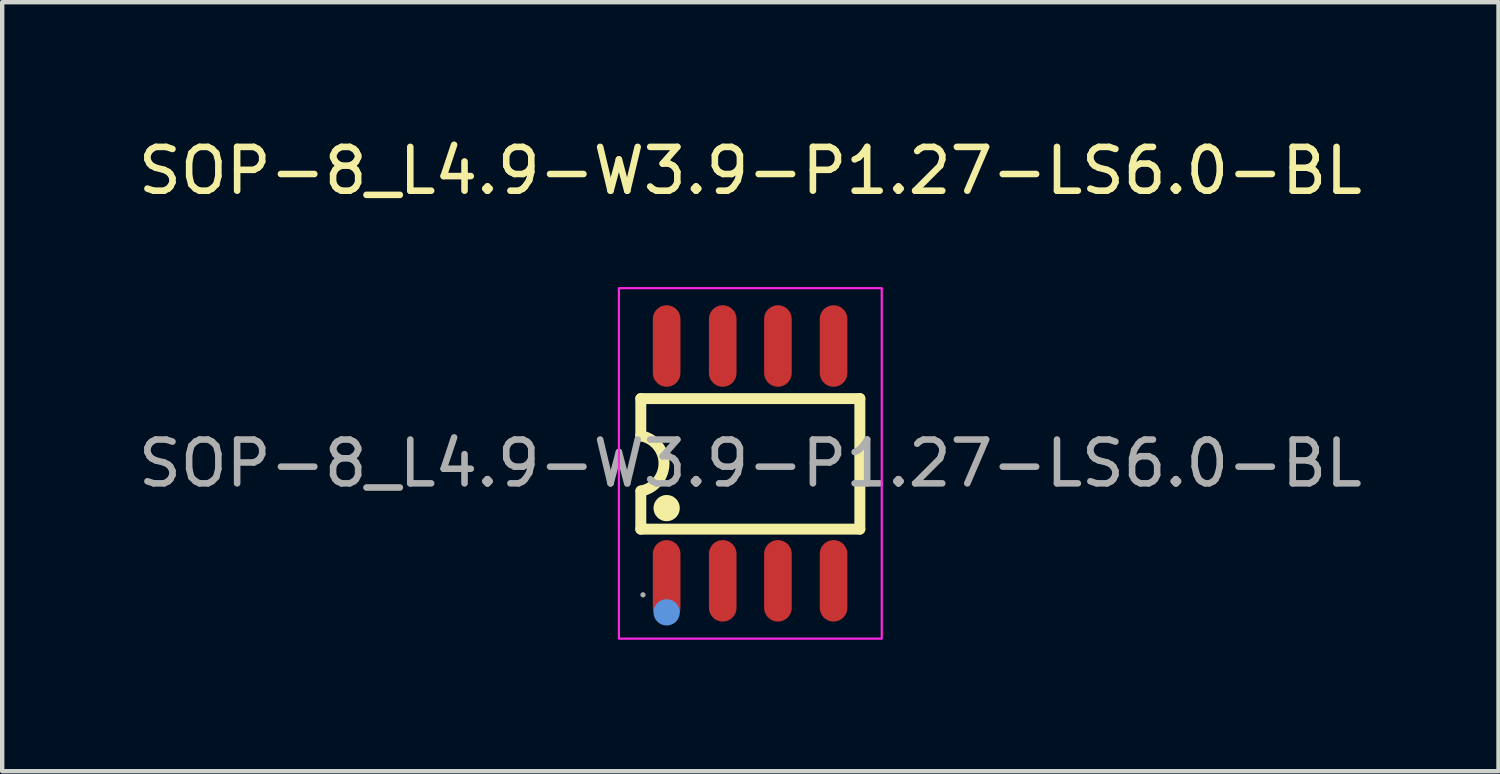
<source format=kicad_pcb>
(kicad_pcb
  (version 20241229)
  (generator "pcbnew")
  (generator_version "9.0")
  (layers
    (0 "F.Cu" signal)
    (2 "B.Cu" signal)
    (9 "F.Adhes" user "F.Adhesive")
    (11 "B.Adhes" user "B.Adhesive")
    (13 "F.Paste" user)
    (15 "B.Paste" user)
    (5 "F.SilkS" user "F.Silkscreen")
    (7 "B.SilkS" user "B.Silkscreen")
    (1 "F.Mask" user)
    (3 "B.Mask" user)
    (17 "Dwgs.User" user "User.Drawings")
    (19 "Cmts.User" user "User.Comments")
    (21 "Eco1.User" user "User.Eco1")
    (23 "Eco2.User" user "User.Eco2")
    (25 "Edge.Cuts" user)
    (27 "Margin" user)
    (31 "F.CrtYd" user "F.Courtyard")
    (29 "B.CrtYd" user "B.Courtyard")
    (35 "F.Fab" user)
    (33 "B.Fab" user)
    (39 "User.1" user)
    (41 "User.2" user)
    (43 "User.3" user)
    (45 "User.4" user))
  (footprint "SOP-8_L4.9-W3.9-P1.27-LS6.0-BL"
    (layer "F.Cu")
    (at 14.077 7.528)
    (property "Reference" "SOP-8_L4.9-W3.9-P1.27-LS6.0-BL" (at 0 -6.68 0) (layer "F.SilkS") (effects (font (size 1 1) (thickness 0.15))))
    (attr smd)
    (fp_line (start -2.5 -1.48) (end 2.5 -1.48) (stroke (width 0.25) (type solid)) (layer "F.SilkS"))
    (fp_line (start -2.5 -0.63) (end -2.5 -1.48) (stroke (width 0.25) (type solid)) (layer "F.SilkS"))
    (fp_line (start -2.5 0.63) (end -2.5 1.5) (stroke (width 0.25) (type solid)) (layer "F.SilkS"))
    (fp_line (start -2.5 1.5) (end 2.5 1.5) (stroke (width 0.25) (type solid)) (layer "F.SilkS"))
    (fp_line (start 2.5 1.5) (end 2.5 -1.48) (stroke (width 0.25) (type solid)) (layer "F.SilkS"))
    (fp_arc (start -2.5 -0.63) (mid -1.970474 -0.002632) (end -2.494818 0.629073) (stroke (width 0.25) (type solid)) (layer "F.SilkS"))
    (fp_circle (center -1.91 1.02) (end -1.76 1.02) (stroke (width 0.3) (type solid)) (fill no) (layer "F.SilkS"))
    (fp_circle (center -1.91 3.4) (end -1.76 3.4) (stroke (width 0.3) (type solid)) (fill no) (layer "Cmts.User"))
    (fp_rect (start -3 -4) (end 3 4) (stroke (width 0.05) (type default)) (fill no) (layer "F.CrtYd"))
    (fp_circle (center -2.45 3) (end -2.42 3) (stroke (width 0.06) (type solid)) (fill no) (layer "F.Fab"))
    (fp_text user "${REFERENCE}" (at 0 0 0) (layer "F.Fab") (effects (font (size 1 1) (thickness 0.15))))
    (pad "1" smd oval (at -1.91 2.68) (size 0.63 1.86) (layers "F.Cu" "F.Mask" "F.Paste"))
    (pad "2" smd oval (at -0.63 2.68) (size 0.63 1.86) (layers "F.Cu" "F.Mask" "F.Paste"))
    (pad "3" smd oval (at 0.63 2.68) (size 0.63 1.86) (layers "F.Cu" "F.Mask" "F.Paste"))
    (pad "4" smd oval (at 1.9 2.68) (size 0.63 1.86) (layers "F.Cu" "F.Mask" "F.Paste"))
    (pad "5" smd oval (at 1.9 -2.68) (size 0.63 1.86) (layers "F.Cu" "F.Mask" "F.Paste"))
    (pad "6" smd oval (at 0.63 -2.68) (size 0.63 1.86) (layers "F.Cu" "F.Mask" "F.Paste"))
    (pad "7" smd oval (at -0.63 -2.68) (size 0.63 1.86) (layers "F.Cu" "F.Mask" "F.Paste"))
    (pad "8" smd oval (at -1.91 -2.68) (size 0.63 1.86) (layers "F.Cu" "F.Mask" "F.Paste")))
  (gr_rect
    (start -3 -3)
    (end 31.155 14.553)
    (stroke (width 0.1) (type default))
    (fill no)
    (layer "Edge.Cuts")))
</source>
